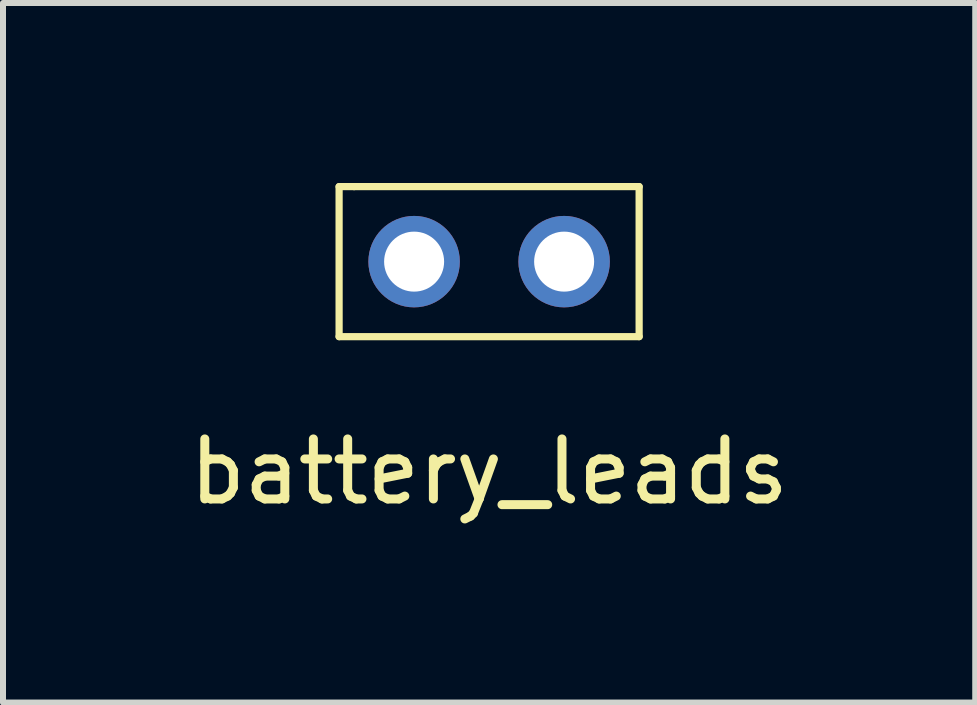
<source format=kicad_pcb>
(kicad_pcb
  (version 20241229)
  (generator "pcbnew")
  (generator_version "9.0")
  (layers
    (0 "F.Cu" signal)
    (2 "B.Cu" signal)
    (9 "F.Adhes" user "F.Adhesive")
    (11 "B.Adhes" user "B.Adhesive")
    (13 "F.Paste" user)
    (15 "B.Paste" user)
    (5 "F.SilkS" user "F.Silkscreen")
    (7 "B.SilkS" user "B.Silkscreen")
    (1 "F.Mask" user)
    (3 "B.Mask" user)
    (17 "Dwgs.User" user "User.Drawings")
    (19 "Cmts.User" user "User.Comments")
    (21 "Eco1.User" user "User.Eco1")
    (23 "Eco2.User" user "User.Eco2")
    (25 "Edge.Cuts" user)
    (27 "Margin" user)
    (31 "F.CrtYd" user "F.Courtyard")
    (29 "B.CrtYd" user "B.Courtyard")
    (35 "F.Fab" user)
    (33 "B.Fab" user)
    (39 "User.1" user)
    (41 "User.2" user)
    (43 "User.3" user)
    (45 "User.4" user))
  (footprint "battery_leads"
    (layer "F.Cu")
    (at 5.101 1.31)
    (property "Reference" "battery_leads" (at 0 3.5 0) (layer "F.SilkS") (effects (font (size 1 1) (thickness 0.15))))
    (attr through_hole)
    (fp_line (start -2.5 -1.25) (end -2.25 -1.25) (stroke (width 0.12) (type solid)) (layer "F.SilkS"))
    (fp_line (start -2.5 1.25) (end -2.5 -1.25) (stroke (width 0.12) (type solid)) (layer "F.SilkS"))
    (fp_line (start -2.25 -1.25) (end 2.5 -1.25) (stroke (width 0.12) (type solid)) (layer "F.SilkS"))
    (fp_line (start 2.5 -1.25) (end 2.5 1.25) (stroke (width 0.12) (type solid)) (layer "F.SilkS"))
    (fp_line (start 2.5 1.25) (end -2.5 1.25) (stroke (width 0.12) (type solid)) (layer "F.SilkS"))
    (pad "1" thru_hole circle (at -1.25 0) (size 1.524 1.524) (drill 1) (layers "*.Cu" "*.Mask"))
    (pad "2" thru_hole circle (at 1.25 0) (size 1.524 1.524) (drill 1) (layers "*.Cu" "*.Mask")))
  (gr_rect
    (start -3 -3)
    (end 13.202 8.658)
    (stroke (width 0.1) (type default))
    (fill no)
    (layer "Edge.Cuts")))
</source>
